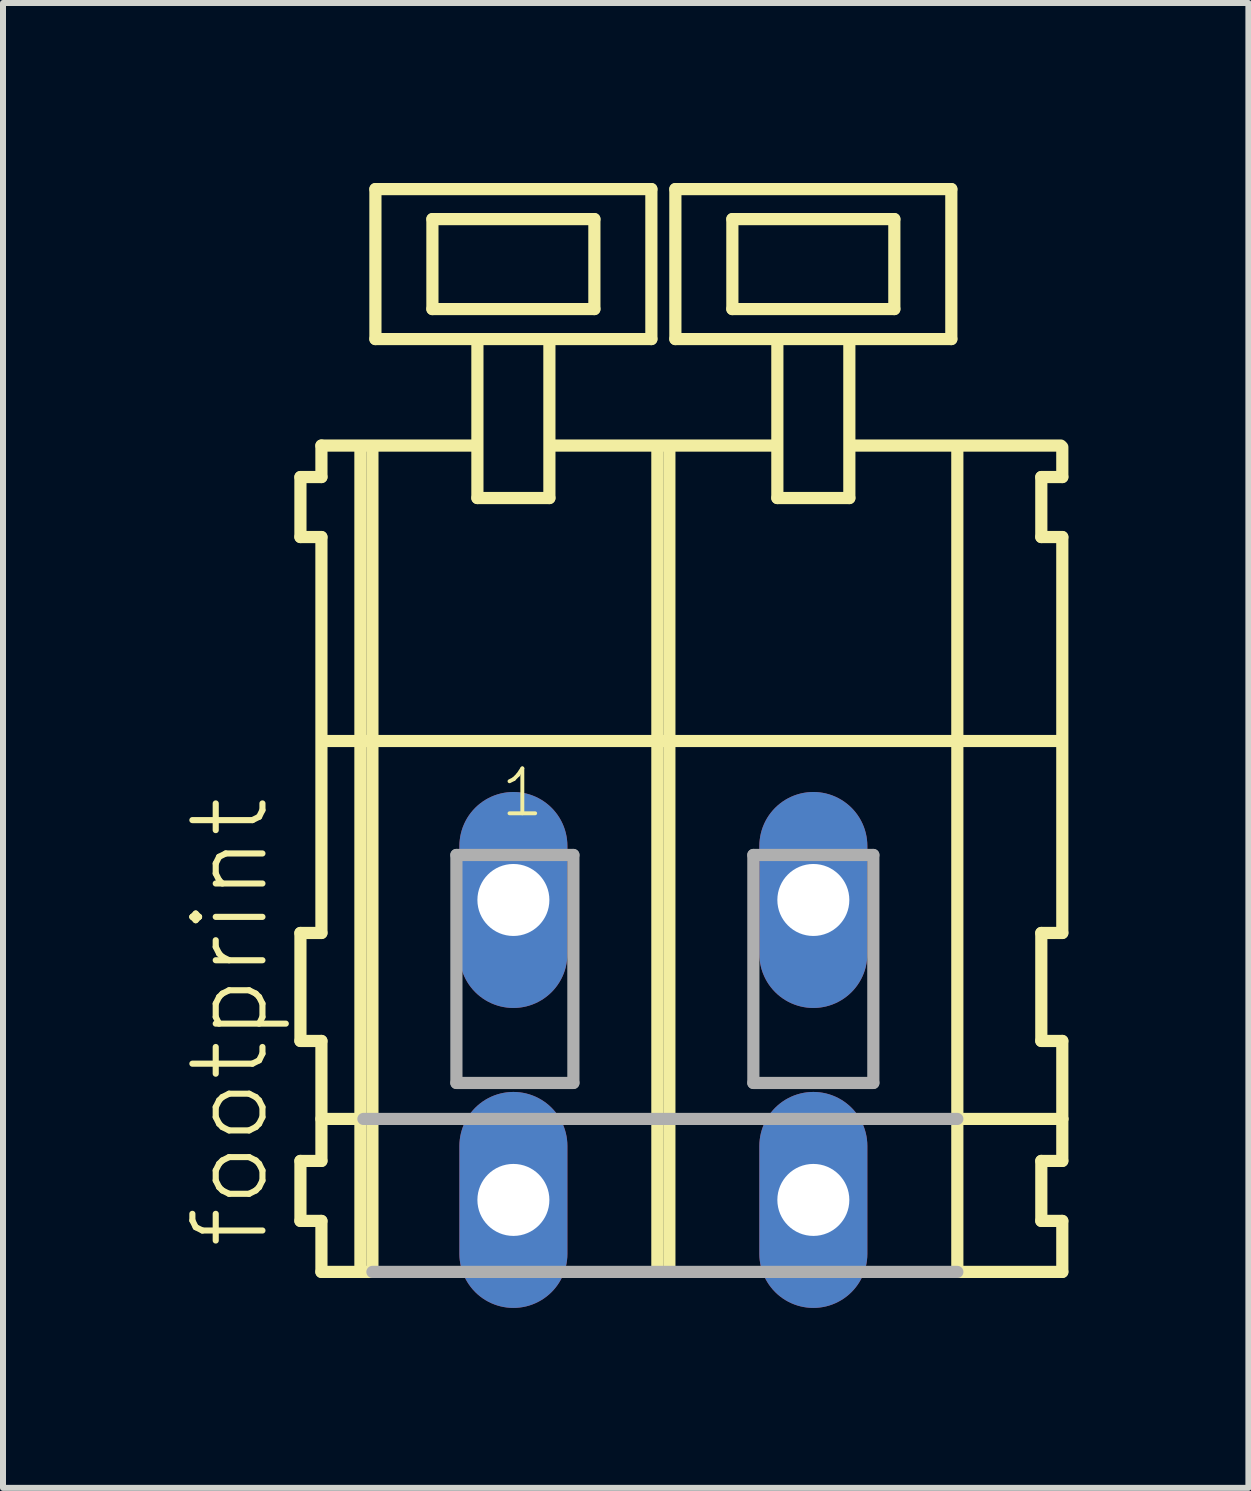
<source format=kicad_pcb>
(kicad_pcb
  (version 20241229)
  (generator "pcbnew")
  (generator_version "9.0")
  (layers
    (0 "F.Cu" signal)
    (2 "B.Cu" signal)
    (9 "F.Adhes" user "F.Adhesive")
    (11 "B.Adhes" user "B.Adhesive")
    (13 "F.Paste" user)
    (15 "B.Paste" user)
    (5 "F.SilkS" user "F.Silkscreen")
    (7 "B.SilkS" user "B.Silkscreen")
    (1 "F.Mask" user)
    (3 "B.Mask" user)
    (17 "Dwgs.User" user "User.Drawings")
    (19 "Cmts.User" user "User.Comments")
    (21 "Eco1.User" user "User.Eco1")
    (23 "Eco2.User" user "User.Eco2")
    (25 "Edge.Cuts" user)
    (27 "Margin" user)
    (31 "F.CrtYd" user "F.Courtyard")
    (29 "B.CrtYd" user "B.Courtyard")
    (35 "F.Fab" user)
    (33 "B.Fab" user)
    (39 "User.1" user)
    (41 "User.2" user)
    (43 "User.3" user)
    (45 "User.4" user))
  (footprint "footprint"
    (layer "F.Cu")
    (at 8.008 11.952)
    (property "Reference" "footprint" (at -6.535 5.855 90) (layer "F.SilkS") (effects (font (size 1.168 1.168) (thickness 0.102)) (justify left bottom)))
    (fp_line (start -6.05 -7.05) (end -6.05 -6.05) (stroke (width 0.203) (type solid)) (layer "F.SilkS"))
    (fp_line (start -6.05 -6.05) (end -5.7 -6.05) (stroke (width 0.203) (type solid)) (layer "F.SilkS"))
    (fp_line (start -6.05 0.55) (end -6.05 2.35) (stroke (width 0.203) (type solid)) (layer "F.SilkS"))
    (fp_line (start -6.05 2.35) (end -5.7 2.35) (stroke (width 0.203) (type solid)) (layer "F.SilkS"))
    (fp_line (start -6.05 4.35) (end -6.05 5.35) (stroke (width 0.203) (type solid)) (layer "F.SilkS"))
    (fp_line (start -6.05 5.35) (end -5.7 5.35) (stroke (width 0.203) (type solid)) (layer "F.SilkS"))
    (fp_line (start -5.7 -7.575) (end -5.7 -7.05) (stroke (width 0.203) (type solid)) (layer "F.SilkS"))
    (fp_line (start -5.7 -7.575) (end -3.125 -7.575) (stroke (width 0.203) (type solid)) (layer "F.SilkS"))
    (fp_line (start -5.7 -7.05) (end -6.05 -7.05) (stroke (width 0.203) (type solid)) (layer "F.SilkS"))
    (fp_line (start -5.7 -6.05) (end -5.7 0.55) (stroke (width 0.203) (type solid)) (layer "F.SilkS"))
    (fp_line (start -5.7 0.55) (end -6.05 0.55) (stroke (width 0.203) (type solid)) (layer "F.SilkS"))
    (fp_line (start -5.7 2.35) (end -5.7 4.35) (stroke (width 0.203) (type solid)) (layer "F.SilkS"))
    (fp_line (start -5.7 3.65) (end -5 3.65) (stroke (width 0.203) (type solid)) (layer "F.SilkS"))
    (fp_line (start -5.7 4.35) (end -6.05 4.35) (stroke (width 0.203) (type solid)) (layer "F.SilkS"))
    (fp_line (start -5.7 5.35) (end -5.7 6.2) (stroke (width 0.203) (type solid)) (layer "F.SilkS"))
    (fp_line (start -5.7 6.2) (end -5.05 6.2) (stroke (width 0.203) (type solid)) (layer "F.SilkS"))
    (fp_line (start -5.65 -2.65) (end 6.6 -2.65) (stroke (width 0.203) (type solid)) (layer "F.SilkS"))
    (fp_line (start -5.05 -7.55) (end -5.05 6.2) (stroke (width 0.203) (type solid)) (layer "F.SilkS"))
    (fp_line (start -5.05 6.2) (end -4.85 6.2) (stroke (width 0.203) (type solid)) (layer "F.SilkS"))
    (fp_line (start -4.85 -7.55) (end -4.85 6.2) (stroke (width 0.203) (type solid)) (layer "F.SilkS"))
    (fp_line (start -4.8 -11.85) (end -4.8 -9.35) (stroke (width 0.203) (type solid)) (layer "F.SilkS"))
    (fp_line (start -4.8 -9.35) (end -3.1 -9.35) (stroke (width 0.203) (type solid)) (layer "F.SilkS"))
    (fp_line (start -3.85 -11.35) (end -3.85 -9.85) (stroke (width 0.203) (type solid)) (layer "F.SilkS"))
    (fp_line (start -3.85 -9.85) (end -1.15 -9.85) (stroke (width 0.203) (type solid)) (layer "F.SilkS"))
    (fp_line (start -3.1 -9.35) (end -3.1 -6.7) (stroke (width 0.203) (type solid)) (layer "F.SilkS"))
    (fp_line (start -3.1 -9.35) (end -1.9 -9.35) (stroke (width 0.203) (type solid)) (layer "F.SilkS"))
    (fp_line (start -3.1 -6.7) (end -1.9 -6.7) (stroke (width 0.203) (type solid)) (layer "F.SilkS"))
    (fp_line (start -1.9 -9.35) (end -0.2 -9.35) (stroke (width 0.203) (type solid)) (layer "F.SilkS"))
    (fp_line (start -1.9 -6.7) (end -1.9 -9.35) (stroke (width 0.203) (type solid)) (layer "F.SilkS"))
    (fp_line (start -1.825 -7.575) (end 1.875 -7.575) (stroke (width 0.203) (type solid)) (layer "F.SilkS"))
    (fp_line (start -1.15 -11.35) (end -3.85 -11.35) (stroke (width 0.203) (type solid)) (layer "F.SilkS"))
    (fp_line (start -1.15 -9.85) (end -1.15 -11.35) (stroke (width 0.203) (type solid)) (layer "F.SilkS"))
    (fp_line (start -0.2 -11.85) (end -4.8 -11.85) (stroke (width 0.203) (type solid)) (layer "F.SilkS"))
    (fp_line (start -0.2 -9.35) (end -0.2 -11.85) (stroke (width 0.203) (type solid)) (layer "F.SilkS"))
    (fp_line (start -0.1 -7.55) (end -0.1 6.2) (stroke (width 0.203) (type solid)) (layer "F.SilkS"))
    (fp_line (start 0.1 -7.55) (end 0.1 6.2) (stroke (width 0.203) (type solid)) (layer "F.SilkS"))
    (fp_line (start 0.2 -11.85) (end 0.2 -9.35) (stroke (width 0.203) (type solid)) (layer "F.SilkS"))
    (fp_line (start 0.2 -9.35) (end 1.9 -9.35) (stroke (width 0.203) (type solid)) (layer "F.SilkS"))
    (fp_line (start 1.15 -11.35) (end 1.15 -9.85) (stroke (width 0.203) (type solid)) (layer "F.SilkS"))
    (fp_line (start 1.15 -9.85) (end 3.85 -9.85) (stroke (width 0.203) (type solid)) (layer "F.SilkS"))
    (fp_line (start 1.9 -9.35) (end 1.9 -6.7) (stroke (width 0.203) (type solid)) (layer "F.SilkS"))
    (fp_line (start 1.9 -9.35) (end 3.1 -9.35) (stroke (width 0.203) (type solid)) (layer "F.SilkS"))
    (fp_line (start 1.9 -6.7) (end 3.1 -6.7) (stroke (width 0.203) (type solid)) (layer "F.SilkS"))
    (fp_line (start 3.1 -9.35) (end 4.8 -9.35) (stroke (width 0.203) (type solid)) (layer "F.SilkS"))
    (fp_line (start 3.1 -6.7) (end 3.1 -9.35) (stroke (width 0.203) (type solid)) (layer "F.SilkS"))
    (fp_line (start 3.125 -7.575) (end 6.625 -7.575) (stroke (width 0.203) (type solid)) (layer "F.SilkS"))
    (fp_line (start 3.85 -11.35) (end 1.15 -11.35) (stroke (width 0.203) (type solid)) (layer "F.SilkS"))
    (fp_line (start 3.85 -9.85) (end 3.85 -11.35) (stroke (width 0.203) (type solid)) (layer "F.SilkS"))
    (fp_line (start 4.8 -11.85) (end 0.2 -11.85) (stroke (width 0.203) (type solid)) (layer "F.SilkS"))
    (fp_line (start 4.8 -9.35) (end 4.8 -11.85) (stroke (width 0.203) (type solid)) (layer "F.SilkS"))
    (fp_line (start 4.9 -7.55) (end 4.9 6.2) (stroke (width 0.203) (type solid)) (layer "F.SilkS"))
    (fp_line (start 4.9 6.2) (end 6.65 6.2) (stroke (width 0.203) (type solid)) (layer "F.SilkS"))
    (fp_line (start 4.95 3.65) (end 6.65 3.65) (stroke (width 0.203) (type solid)) (layer "F.SilkS"))
    (fp_line (start 6.3 -7.05) (end 6.3 -6.05) (stroke (width 0.203) (type solid)) (layer "F.SilkS"))
    (fp_line (start 6.3 -6.05) (end 6.65 -6.05) (stroke (width 0.203) (type solid)) (layer "F.SilkS"))
    (fp_line (start 6.3 0.55) (end 6.3 2.35) (stroke (width 0.203) (type solid)) (layer "F.SilkS"))
    (fp_line (start 6.3 2.35) (end 6.65 2.35) (stroke (width 0.203) (type solid)) (layer "F.SilkS"))
    (fp_line (start 6.3 4.35) (end 6.3 5.35) (stroke (width 0.203) (type solid)) (layer "F.SilkS"))
    (fp_line (start 6.3 5.35) (end 6.65 5.35) (stroke (width 0.203) (type solid)) (layer "F.SilkS"))
    (fp_line (start 6.65 -7.05) (end 6.3 -7.05) (stroke (width 0.203) (type solid)) (layer "F.SilkS"))
    (fp_line (start 6.65 -7.05) (end 6.65 -7.55) (stroke (width 0.203) (type solid)) (layer "F.SilkS"))
    (fp_line (start 6.65 0.55) (end 6.3 0.55) (stroke (width 0.203) (type solid)) (layer "F.SilkS"))
    (fp_line (start 6.65 0.55) (end 6.65 -6.05) (stroke (width 0.203) (type solid)) (layer "F.SilkS"))
    (fp_line (start 6.65 3.65) (end 6.65 2.35) (stroke (width 0.203) (type solid)) (layer "F.SilkS"))
    (fp_line (start 6.65 4.35) (end 6.3 4.35) (stroke (width 0.203) (type solid)) (layer "F.SilkS"))
    (fp_line (start 6.65 4.35) (end 6.65 3.65) (stroke (width 0.203) (type solid)) (layer "F.SilkS"))
    (fp_line (start 6.65 6.2) (end 6.65 5.35) (stroke (width 0.203) (type solid)) (layer "F.SilkS"))
    (fp_line (start -5 3.65) (end 4.9 3.65) (stroke (width 0.203) (type solid)) (layer "F.Fab"))
    (fp_line (start -4.85 6.2) (end 4.9 6.2) (stroke (width 0.203) (type solid)) (layer "F.Fab"))
    (fp_line (start -3.45 -0.75) (end -3.45 3.05) (stroke (width 0.203) (type solid)) (layer "F.Fab"))
    (fp_line (start -3.45 3.05) (end -1.5 3.05) (stroke (width 0.203) (type solid)) (layer "F.Fab"))
    (fp_line (start -1.5 -0.75) (end -3.45 -0.75) (stroke (width 0.203) (type solid)) (layer "F.Fab"))
    (fp_line (start -1.5 3.05) (end -1.5 -0.75) (stroke (width 0.203) (type solid)) (layer "F.Fab"))
    (fp_line (start 1.5 -0.75) (end 1.5 3.05) (stroke (width 0.203) (type solid)) (layer "F.Fab"))
    (fp_line (start 1.5 3.05) (end 3.5 3.05) (stroke (width 0.203) (type solid)) (layer "F.Fab"))
    (fp_line (start 3.5 -0.75) (end 1.5 -0.75) (stroke (width 0.203) (type solid)) (layer "F.Fab"))
    (fp_line (start 3.5 3.05) (end 3.5 -0.75) (stroke (width 0.203) (type solid)) (layer "F.Fab"))
    (fp_text user "1" (at -2.75 -1.35 0) (layer "F.SilkS") (effects (font (size 0.748 0.748) (thickness 0.065)) (justify left bottom)))
    (pad "A1" thru_hole oval (at -2.5 0 90) (size 3.6 1.8) (drill 1.2) (layers "*.Cu" "*.Mask"))
    (pad "A2" thru_hole oval (at 2.5 0 90) (size 3.6 1.8) (drill 1.2) (layers "*.Cu" "*.Mask"))
    (pad "B1" thru_hole oval (at -2.5 5 90) (size 3.6 1.8) (drill 1.2) (layers "*.Cu" "*.Mask"))
    (pad "B2" thru_hole oval (at 2.5 5 90) (size 3.6 1.8) (drill 1.2) (layers "*.Cu" "*.Mask")))
  (gr_rect
    (start -3 -3)
    (end 17.76 21.752)
    (stroke (width 0.1) (type default))
    (fill no)
    (layer "Edge.Cuts")))
</source>
